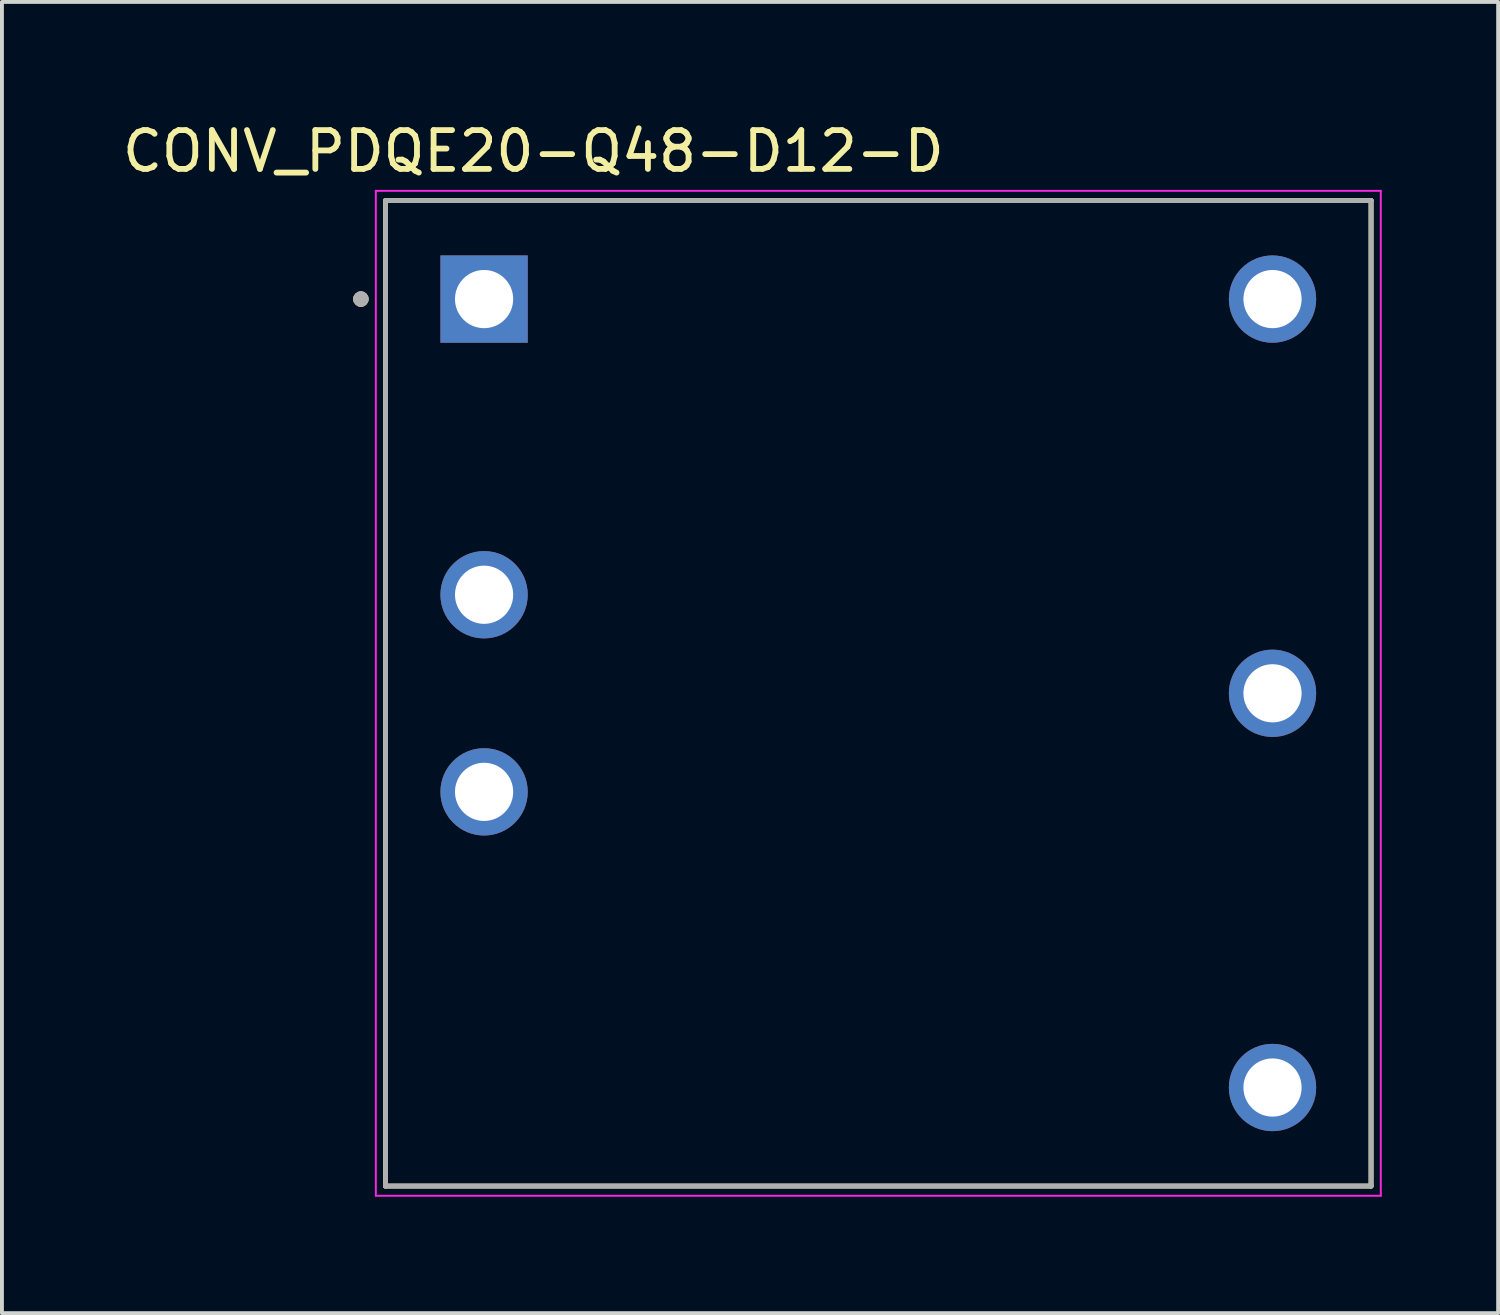
<source format=kicad_pcb>
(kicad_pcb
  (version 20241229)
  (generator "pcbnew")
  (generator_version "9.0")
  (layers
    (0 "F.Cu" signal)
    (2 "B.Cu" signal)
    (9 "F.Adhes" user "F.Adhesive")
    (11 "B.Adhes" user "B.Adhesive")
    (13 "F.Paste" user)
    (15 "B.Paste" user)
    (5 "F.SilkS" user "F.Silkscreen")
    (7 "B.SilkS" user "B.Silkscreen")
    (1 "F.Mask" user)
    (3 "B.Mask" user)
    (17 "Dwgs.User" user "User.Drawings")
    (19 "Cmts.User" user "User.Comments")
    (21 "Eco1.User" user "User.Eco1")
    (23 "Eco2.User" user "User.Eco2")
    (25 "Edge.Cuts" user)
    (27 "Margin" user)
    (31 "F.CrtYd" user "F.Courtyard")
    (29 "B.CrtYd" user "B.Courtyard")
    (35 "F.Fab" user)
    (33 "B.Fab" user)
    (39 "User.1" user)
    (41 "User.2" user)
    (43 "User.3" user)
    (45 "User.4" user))
  (footprint "CONV_PDQE20-Q48-D12-D"
    (layer "F.Cu")
    (at 19.586 14.818)
    (property "Reference" "CONV_PDQE20-Q48-D12-D" (at -8.89 -13.97 0) (layer "F.SilkS") (effects (font (size 1 1) (thickness 0.15))))
    (attr through_hole)
    (fp_line (start -12.7 -12.7) (end -12.7 12.7) (stroke (width 0.127) (type solid)) (layer "F.SilkS"))
    (fp_line (start -12.7 12.7) (end 12.7 12.7) (stroke (width 0.127) (type solid)) (layer "F.SilkS"))
    (fp_line (start 12.7 -12.7) (end -12.7 -12.7) (stroke (width 0.127) (type solid)) (layer "F.SilkS"))
    (fp_line (start 12.7 12.7) (end 12.7 -12.7) (stroke (width 0.127) (type solid)) (layer "F.SilkS"))
    (fp_circle (center -13.335 -10.16) (end -13.235 -10.16) (stroke (width 0.2) (type solid)) (fill no) (layer "F.SilkS"))
    (fp_line (start -12.95 -12.95) (end -12.95 12.95) (stroke (width 0.05) (type solid)) (layer "F.CrtYd"))
    (fp_line (start -12.95 12.95) (end 12.95 12.95) (stroke (width 0.05) (type solid)) (layer "F.CrtYd"))
    (fp_line (start 12.95 -12.95) (end -12.95 -12.95) (stroke (width 0.05) (type solid)) (layer "F.CrtYd"))
    (fp_line (start 12.95 12.95) (end 12.95 -12.95) (stroke (width 0.05) (type solid)) (layer "F.CrtYd"))
    (fp_line (start -12.7 -12.7) (end -12.7 12.7) (stroke (width 0.127) (type solid)) (layer "F.Fab"))
    (fp_line (start -12.7 12.7) (end 12.7 12.7) (stroke (width 0.127) (type solid)) (layer "F.Fab"))
    (fp_line (start 12.7 -12.7) (end -12.7 -12.7) (stroke (width 0.127) (type solid)) (layer "F.Fab"))
    (fp_line (start 12.7 12.7) (end 12.7 -12.7) (stroke (width 0.127) (type solid)) (layer "F.Fab"))
    (fp_circle (center -13.335 -10.16) (end -13.235 -10.16) (stroke (width 0.2) (type solid)) (fill no) (layer "F.Fab"))
    (pad "1" thru_hole rect (at -10.16 -10.16) (size 2.25 2.25) (drill 1.5) (layers "*.Cu" "*.Mask"))
    (pad "2" thru_hole circle (at -10.16 -2.54) (size 2.25 2.25) (drill 1.5) (layers "*.Cu" "*.Mask"))
    (pad "3" thru_hole circle (at -10.16 2.54) (size 2.25 2.25) (drill 1.5) (layers "*.Cu" "*.Mask"))
    (pad "4" thru_hole circle (at 10.16 10.16) (size 2.25 2.25) (drill 1.5) (layers "*.Cu" "*.Mask"))
    (pad "5" thru_hole circle (at 10.16 0) (size 2.25 2.25) (drill 1.5) (layers "*.Cu" "*.Mask"))
    (pad "6" thru_hole circle (at 10.16 -10.16) (size 2.25 2.25) (drill 1.5) (layers "*.Cu" "*.Mask")))
  (gr_rect
    (start -3 -3)
    (end 35.561 30.793)
    (stroke (width 0.1) (type default))
    (fill no)
    (layer "Edge.Cuts")))
</source>
